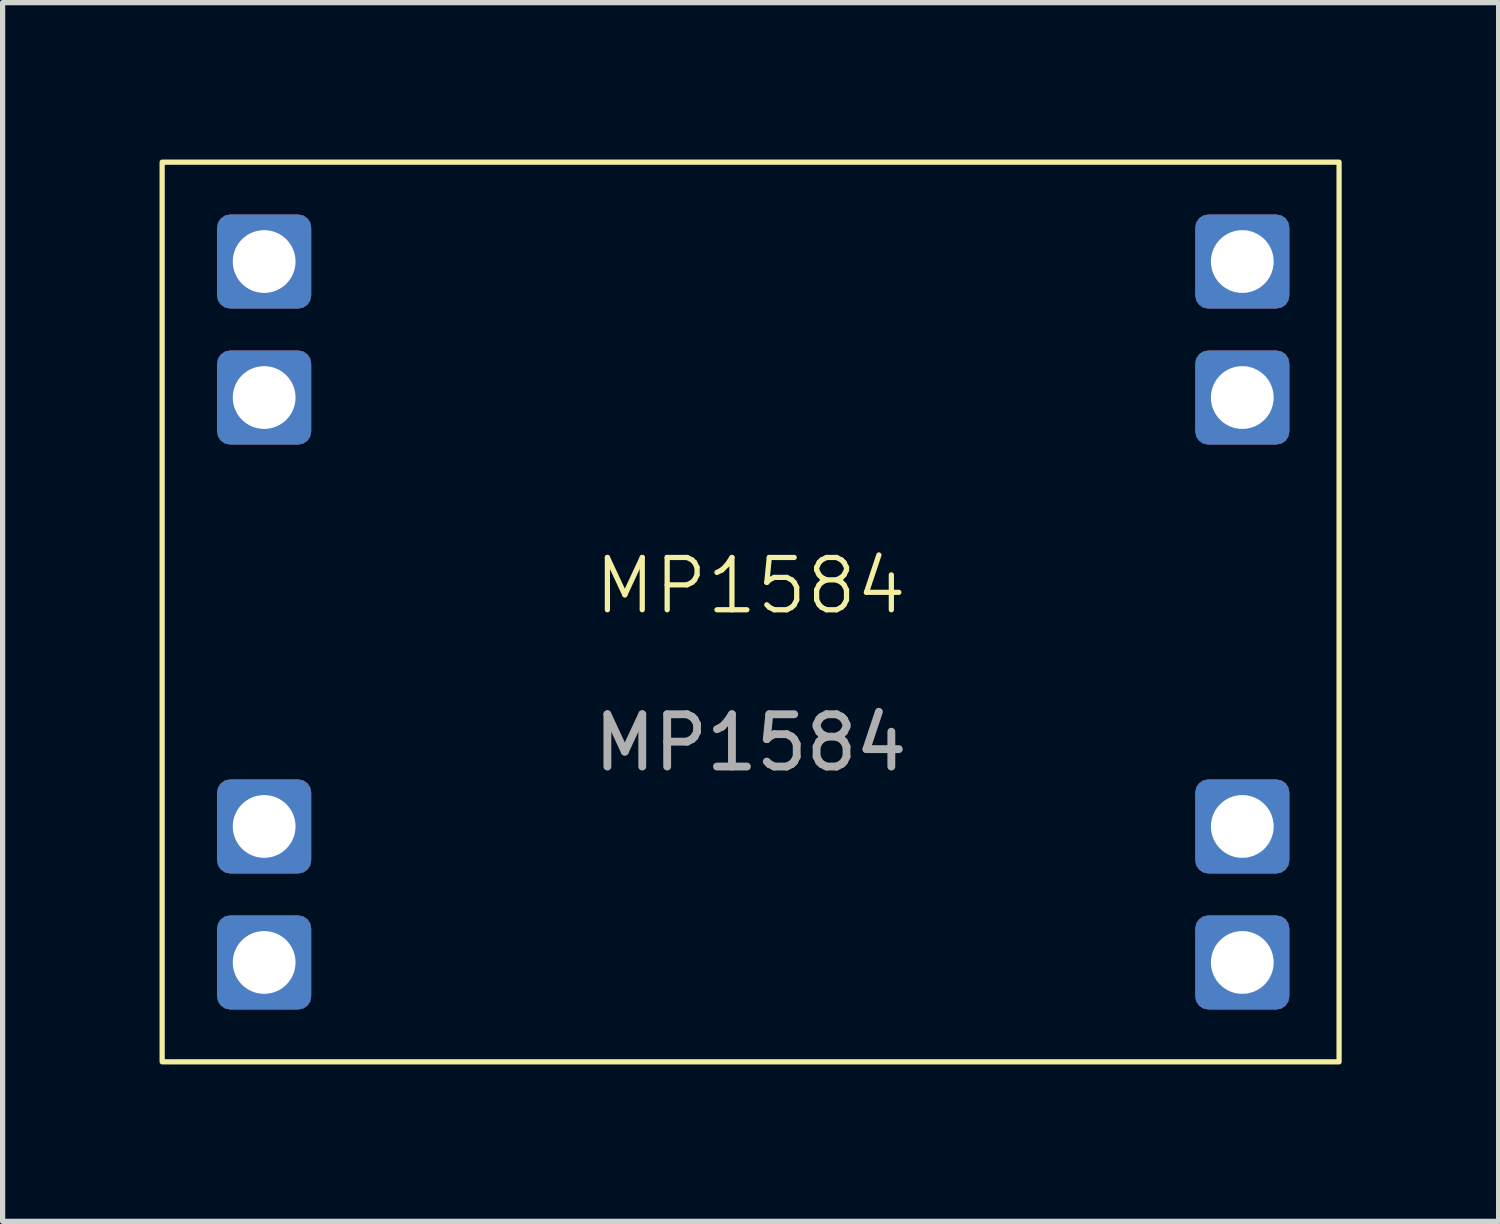
<source format=kicad_pcb>
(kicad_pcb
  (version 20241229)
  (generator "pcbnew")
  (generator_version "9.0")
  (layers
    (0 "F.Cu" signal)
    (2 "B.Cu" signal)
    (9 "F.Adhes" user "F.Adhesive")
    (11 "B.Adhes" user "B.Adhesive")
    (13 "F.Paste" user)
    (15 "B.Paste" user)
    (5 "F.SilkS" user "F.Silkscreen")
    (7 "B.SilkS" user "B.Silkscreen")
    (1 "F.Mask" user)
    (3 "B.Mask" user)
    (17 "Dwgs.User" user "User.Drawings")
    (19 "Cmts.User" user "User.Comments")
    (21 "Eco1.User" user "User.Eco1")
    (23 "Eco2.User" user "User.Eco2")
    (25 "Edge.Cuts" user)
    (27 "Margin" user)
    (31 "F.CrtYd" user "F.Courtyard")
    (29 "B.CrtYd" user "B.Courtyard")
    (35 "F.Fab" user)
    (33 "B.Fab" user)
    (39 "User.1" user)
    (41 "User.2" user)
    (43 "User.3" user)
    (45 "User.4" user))
  (footprint "MP1584"
    (layer "F.Cu")
    (at 11.3 8.65)
    (property "Reference" "MP1584" (at 0 -0.5 0) (unlocked yes) (layer "F.SilkS") (effects (font (size 1 1) (thickness 0.1))))
    (attr smd)
    (fp_rect (start -11.25 -8.6) (end 11.25 8.6) (stroke (width 0.1) (type default)) (fill no) (layer "F.SilkS"))
    (fp_text user "${REFERENCE}" (at 0 2.5 0) (unlocked yes) (layer "F.Fab") (effects (font (size 1 1) (thickness 0.15))))
    (pad "1" thru_hole roundrect (at -9.3 -6.7) (size 1.8 1.8) (drill 1.2) (layers "*.Cu" "*.Mask") (roundrect_rratio 0.139))
    (pad "1" thru_hole roundrect (at -9.3 -4.1) (size 1.8 1.8) (drill 1.2) (layers "*.Cu" "*.Mask") (roundrect_rratio 0.139))
    (pad "2" thru_hole roundrect (at -9.3 4.1) (size 1.8 1.8) (drill 1.2) (layers "*.Cu" "*.Mask") (roundrect_rratio 0.139))
    (pad "2" thru_hole roundrect (at -9.3 6.7) (size 1.8 1.8) (drill 1.2) (layers "*.Cu" "*.Mask") (roundrect_rratio 0.139))
    (pad "3" thru_hole roundrect (at 9.4 -6.7) (size 1.8 1.8) (drill 1.2) (layers "*.Cu" "*.Mask") (roundrect_rratio 0.139))
    (pad "3" thru_hole roundrect (at 9.4 -4.1) (size 1.8 1.8) (drill 1.2) (layers "*.Cu" "*.Mask") (roundrect_rratio 0.139))
    (pad "4" thru_hole roundrect (at 9.4 4.1) (size 1.8 1.8) (drill 1.2) (layers "*.Cu" "*.Mask") (roundrect_rratio 0.139))
    (pad "4" thru_hole roundrect (at 9.4 6.7) (size 1.8 1.8) (drill 1.2) (layers "*.Cu" "*.Mask") (roundrect_rratio 0.139)))
  (gr_rect
    (start -3 -3)
    (end 25.6 20.3)
    (stroke (width 0.1) (type default))
    (fill no)
    (layer "Edge.Cuts")))
</source>
